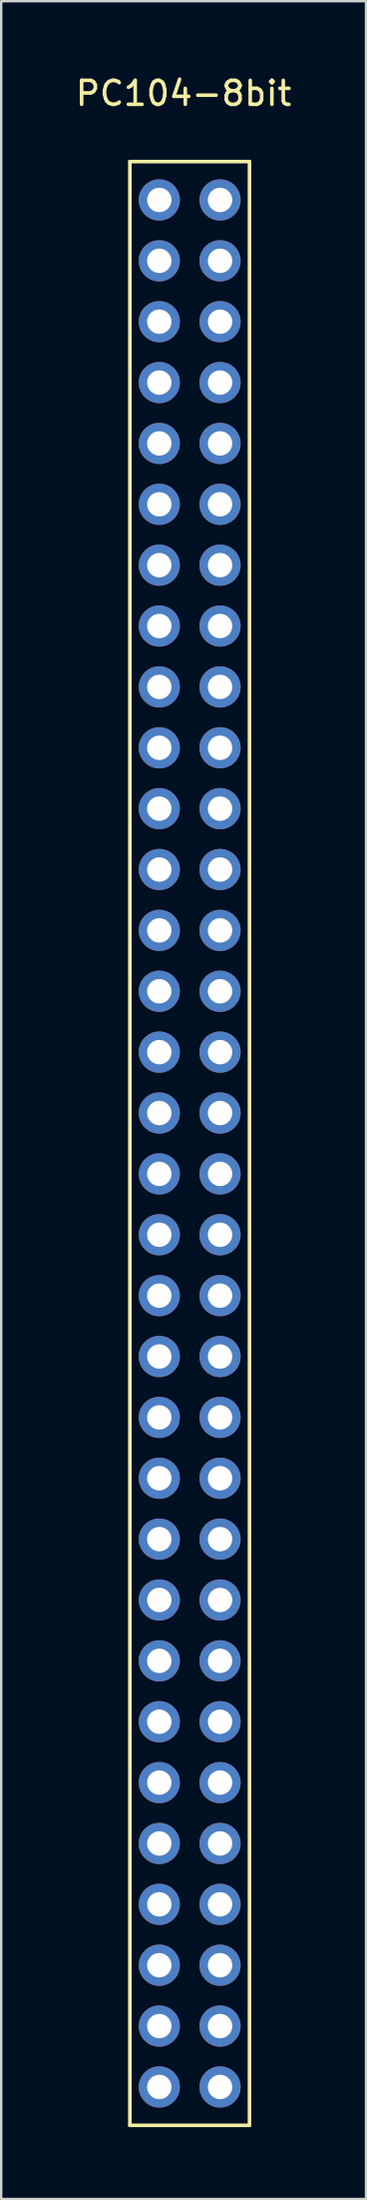
<source format=kicad_pcb>
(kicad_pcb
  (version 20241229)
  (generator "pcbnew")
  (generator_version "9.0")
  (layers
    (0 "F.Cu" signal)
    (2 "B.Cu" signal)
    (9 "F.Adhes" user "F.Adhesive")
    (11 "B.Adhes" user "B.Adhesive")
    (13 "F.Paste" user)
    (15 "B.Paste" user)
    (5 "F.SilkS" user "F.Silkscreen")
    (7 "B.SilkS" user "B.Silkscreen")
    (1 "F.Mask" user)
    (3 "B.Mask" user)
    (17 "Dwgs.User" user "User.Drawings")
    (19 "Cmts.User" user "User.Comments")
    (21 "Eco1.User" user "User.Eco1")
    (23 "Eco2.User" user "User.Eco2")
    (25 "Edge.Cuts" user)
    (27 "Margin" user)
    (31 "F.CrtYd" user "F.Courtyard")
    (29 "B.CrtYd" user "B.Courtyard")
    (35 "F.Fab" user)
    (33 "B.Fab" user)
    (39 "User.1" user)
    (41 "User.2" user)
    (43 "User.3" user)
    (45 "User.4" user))
  (footprint "PC104-8bit"
    (layer "F.Cu")
    (at 4.879 44.663)
    (property "Reference" "PC104-8bit" (at -0.254 -43.815 0) (layer "F.SilkS") (effects (font (size 1 1) (thickness 0.15))))
    (attr through_hole)
    (fp_line (start -2.5 -40.97) (end -2.5 40.97) (stroke (width 0.15) (type solid)) (layer "F.SilkS"))
    (fp_line (start -2.5 -40.97) (end 2.5 -40.97) (stroke (width 0.15) (type solid)) (layer "F.SilkS"))
    (fp_line (start -2.5 40.97) (end 2.5 40.97) (stroke (width 0.15) (type solid)) (layer "F.SilkS"))
    (fp_line (start 2.5 -40.97) (end 2.5 40.97) (stroke (width 0.15) (type solid)) (layer "F.SilkS"))
    (pad "1A" thru_hole circle (at 1.27 39.37) (size 1.72 1.72) (drill 1.02) (layers "*.Cu" "*.Mask"))
    (pad "1B" thru_hole circle (at -1.27 39.37) (size 1.72 1.72) (drill 1.02) (layers "*.Cu" "*.Mask"))
    (pad "2A" thru_hole circle (at 1.27 36.83) (size 1.72 1.72) (drill 1.02) (layers "*.Cu" "*.Mask"))
    (pad "2B" thru_hole circle (at -1.27 36.83) (size 1.72 1.72) (drill 1.02) (layers "*.Cu" "*.Mask"))
    (pad "3A" thru_hole circle (at 1.27 34.29) (size 1.72 1.72) (drill 1.02) (layers "*.Cu" "*.Mask"))
    (pad "3B" thru_hole circle (at -1.27 34.29) (size 1.72 1.72) (drill 1.02) (layers "*.Cu" "*.Mask"))
    (pad "4A" thru_hole circle (at 1.27 31.75) (size 1.72 1.72) (drill 1.02) (layers "*.Cu" "*.Mask"))
    (pad "4B" thru_hole circle (at -1.27 31.75) (size 1.72 1.72) (drill 1.02) (layers "*.Cu" "*.Mask"))
    (pad "5A" thru_hole circle (at 1.27 29.21) (size 1.72 1.72) (drill 1.02) (layers "*.Cu" "*.Mask"))
    (pad "5B" thru_hole circle (at -1.27 29.21) (size 1.72 1.72) (drill 1.02) (layers "*.Cu" "*.Mask"))
    (pad "6A" thru_hole circle (at 1.27 26.67) (size 1.72 1.72) (drill 1.02) (layers "*.Cu" "*.Mask"))
    (pad "6B" thru_hole circle (at -1.27 26.67) (size 1.72 1.72) (drill 1.02) (layers "*.Cu" "*.Mask"))
    (pad "7A" thru_hole circle (at 1.27 24.13) (size 1.72 1.72) (drill 1.02) (layers "*.Cu" "*.Mask"))
    (pad "7B" thru_hole circle (at -1.27 24.13) (size 1.72 1.72) (drill 1.02) (layers "*.Cu" "*.Mask"))
    (pad "8A" thru_hole circle (at 1.27 21.59) (size 1.72 1.72) (drill 1.02) (layers "*.Cu" "*.Mask"))
    (pad "8B" thru_hole circle (at -1.27 21.59) (size 1.72 1.72) (drill 1.02) (layers "*.Cu" "*.Mask"))
    (pad "9A" thru_hole circle (at 1.27 19.05) (size 1.72 1.72) (drill 1.02) (layers "*.Cu" "*.Mask"))
    (pad "9B" thru_hole circle (at -1.27 19.05) (size 1.72 1.72) (drill 1.02) (layers "*.Cu" "*.Mask"))
    (pad "10A" thru_hole circle (at 1.27 16.51) (size 1.72 1.72) (drill 1.02) (layers "*.Cu" "*.Mask"))
    (pad "10B" thru_hole circle (at -1.27 16.51) (size 1.72 1.72) (drill 1.02) (layers "*.Cu" "*.Mask"))
    (pad "11A" thru_hole circle (at 1.27 13.97) (size 1.72 1.72) (drill 1.02) (layers "*.Cu" "*.Mask"))
    (pad "11B" thru_hole circle (at -1.27 13.97) (size 1.72 1.72) (drill 1.02) (layers "*.Cu" "*.Mask"))
    (pad "12A" thru_hole circle (at 1.27 11.43) (size 1.72 1.72) (drill 1.02) (layers "*.Cu" "*.Mask"))
    (pad "12B" thru_hole circle (at -1.27 11.43) (size 1.72 1.72) (drill 1.02) (layers "*.Cu" "*.Mask"))
    (pad "13A" thru_hole circle (at 1.27 8.89) (size 1.72 1.72) (drill 1.02) (layers "*.Cu" "*.Mask"))
    (pad "13B" thru_hole circle (at -1.27 8.89) (size 1.72 1.72) (drill 1.02) (layers "*.Cu" "*.Mask"))
    (pad "14A" thru_hole circle (at 1.27 6.35) (size 1.72 1.72) (drill 1.02) (layers "*.Cu" "*.Mask"))
    (pad "14B" thru_hole circle (at -1.27 6.35) (size 1.72 1.72) (drill 1.02) (layers "*.Cu" "*.Mask"))
    (pad "15A" thru_hole circle (at 1.27 3.81) (size 1.72 1.72) (drill 1.02) (layers "*.Cu" "*.Mask"))
    (pad "15B" thru_hole circle (at -1.27 3.81) (size 1.72 1.72) (drill 1.02) (layers "*.Cu" "*.Mask"))
    (pad "16A" thru_hole circle (at 1.27 1.27) (size 1.72 1.72) (drill 1.02) (layers "*.Cu" "*.Mask"))
    (pad "16B" thru_hole circle (at -1.27 1.27) (size 1.72 1.72) (drill 1.02) (layers "*.Cu" "*.Mask"))
    (pad "17A" thru_hole circle (at 1.27 -1.27) (size 1.72 1.72) (drill 1.02) (layers "*.Cu" "*.Mask"))
    (pad "17B" thru_hole circle (at -1.27 -1.27) (size 1.72 1.72) (drill 1.02) (layers "*.Cu" "*.Mask"))
    (pad "18A" thru_hole circle (at 1.27 -3.81) (size 1.72 1.72) (drill 1.02) (layers "*.Cu" "*.Mask"))
    (pad "18B" thru_hole circle (at -1.27 -3.81) (size 1.72 1.72) (drill 1.02) (layers "*.Cu" "*.Mask"))
    (pad "19A" thru_hole circle (at 1.27 -6.35) (size 1.72 1.72) (drill 1.02) (layers "*.Cu" "*.Mask"))
    (pad "19B" thru_hole circle (at -1.27 -6.35) (size 1.72 1.72) (drill 1.02) (layers "*.Cu" "*.Mask"))
    (pad "20A" thru_hole circle (at 1.27 -8.89) (size 1.72 1.72) (drill 1.02) (layers "*.Cu" "*.Mask"))
    (pad "20B" thru_hole circle (at -1.27 -8.89) (size 1.72 1.72) (drill 1.02) (layers "*.Cu" "*.Mask"))
    (pad "21A" thru_hole circle (at 1.27 -11.43) (size 1.72 1.72) (drill 1.02) (layers "*.Cu" "*.Mask"))
    (pad "21B" thru_hole circle (at -1.27 -11.43) (size 1.72 1.72) (drill 1.02) (layers "*.Cu" "*.Mask"))
    (pad "22A" thru_hole circle (at 1.27 -13.97) (size 1.72 1.72) (drill 1.02) (layers "*.Cu" "*.Mask"))
    (pad "22B" thru_hole circle (at -1.27 -13.97) (size 1.72 1.72) (drill 1.02) (layers "*.Cu" "*.Mask"))
    (pad "23A" thru_hole circle (at 1.27 -16.51) (size 1.72 1.72) (drill 1.02) (layers "*.Cu" "*.Mask"))
    (pad "23B" thru_hole circle (at -1.27 -16.51) (size 1.72 1.72) (drill 1.02) (layers "*.Cu" "*.Mask"))
    (pad "24A" thru_hole circle (at 1.27 -19.05) (size 1.72 1.72) (drill 1.02) (layers "*.Cu" "*.Mask"))
    (pad "24B" thru_hole circle (at -1.27 -19.05) (size 1.72 1.72) (drill 1.02) (layers "*.Cu" "*.Mask"))
    (pad "25A" thru_hole circle (at 1.27 -21.59) (size 1.72 1.72) (drill 1.02) (layers "*.Cu" "*.Mask"))
    (pad "25B" thru_hole circle (at -1.27 -21.59) (size 1.72 1.72) (drill 1.02) (layers "*.Cu" "*.Mask"))
    (pad "26A" thru_hole circle (at 1.27 -24.13) (size 1.72 1.72) (drill 1.02) (layers "*.Cu" "*.Mask"))
    (pad "26B" thru_hole circle (at -1.27 -24.13) (size 1.72 1.72) (drill 1.02) (layers "*.Cu" "*.Mask"))
    (pad "27A" thru_hole circle (at 1.27 -26.67) (size 1.72 1.72) (drill 1.02) (layers "*.Cu" "*.Mask"))
    (pad "27B" thru_hole circle (at -1.27 -26.67) (size 1.72 1.72) (drill 1.02) (layers "*.Cu" "*.Mask"))
    (pad "28A" thru_hole circle (at 1.27 -29.21) (size 1.72 1.72) (drill 1.02) (layers "*.Cu" "*.Mask"))
    (pad "28B" thru_hole circle (at -1.27 -29.21) (size 1.72 1.72) (drill 1.02) (layers "*.Cu" "*.Mask"))
    (pad "29A" thru_hole circle (at 1.27 -31.75) (size 1.72 1.72) (drill 1.02) (layers "*.Cu" "*.Mask"))
    (pad "29B" thru_hole circle (at -1.27 -31.75) (size 1.72 1.72) (drill 1.02) (layers "*.Cu" "*.Mask"))
    (pad "30A" thru_hole circle (at 1.27 -34.29) (size 1.72 1.72) (drill 1.02) (layers "*.Cu" "*.Mask"))
    (pad "30B" thru_hole circle (at -1.27 -34.29) (size 1.72 1.72) (drill 1.02) (layers "*.Cu" "*.Mask"))
    (pad "31A" thru_hole circle (at 1.27 -36.83) (size 1.72 1.72) (drill 1.02) (layers "*.Cu" "*.Mask"))
    (pad "31B" thru_hole circle (at -1.27 -36.83) (size 1.72 1.72) (drill 1.02) (layers "*.Cu" "*.Mask"))
    (pad "32A" thru_hole circle (at 1.27 -39.37) (size 1.72 1.72) (drill 1.02) (layers "*.Cu" "*.Mask"))
    (pad "32B" thru_hole circle (at -1.27 -39.37) (size 1.72 1.72) (drill 1.02) (layers "*.Cu" "*.Mask")))
  (gr_rect
    (start -3 -3)
    (end 12.25 88.708)
    (stroke (width 0.1) (type default))
    (fill no)
    (layer "Edge.Cuts")))
</source>
